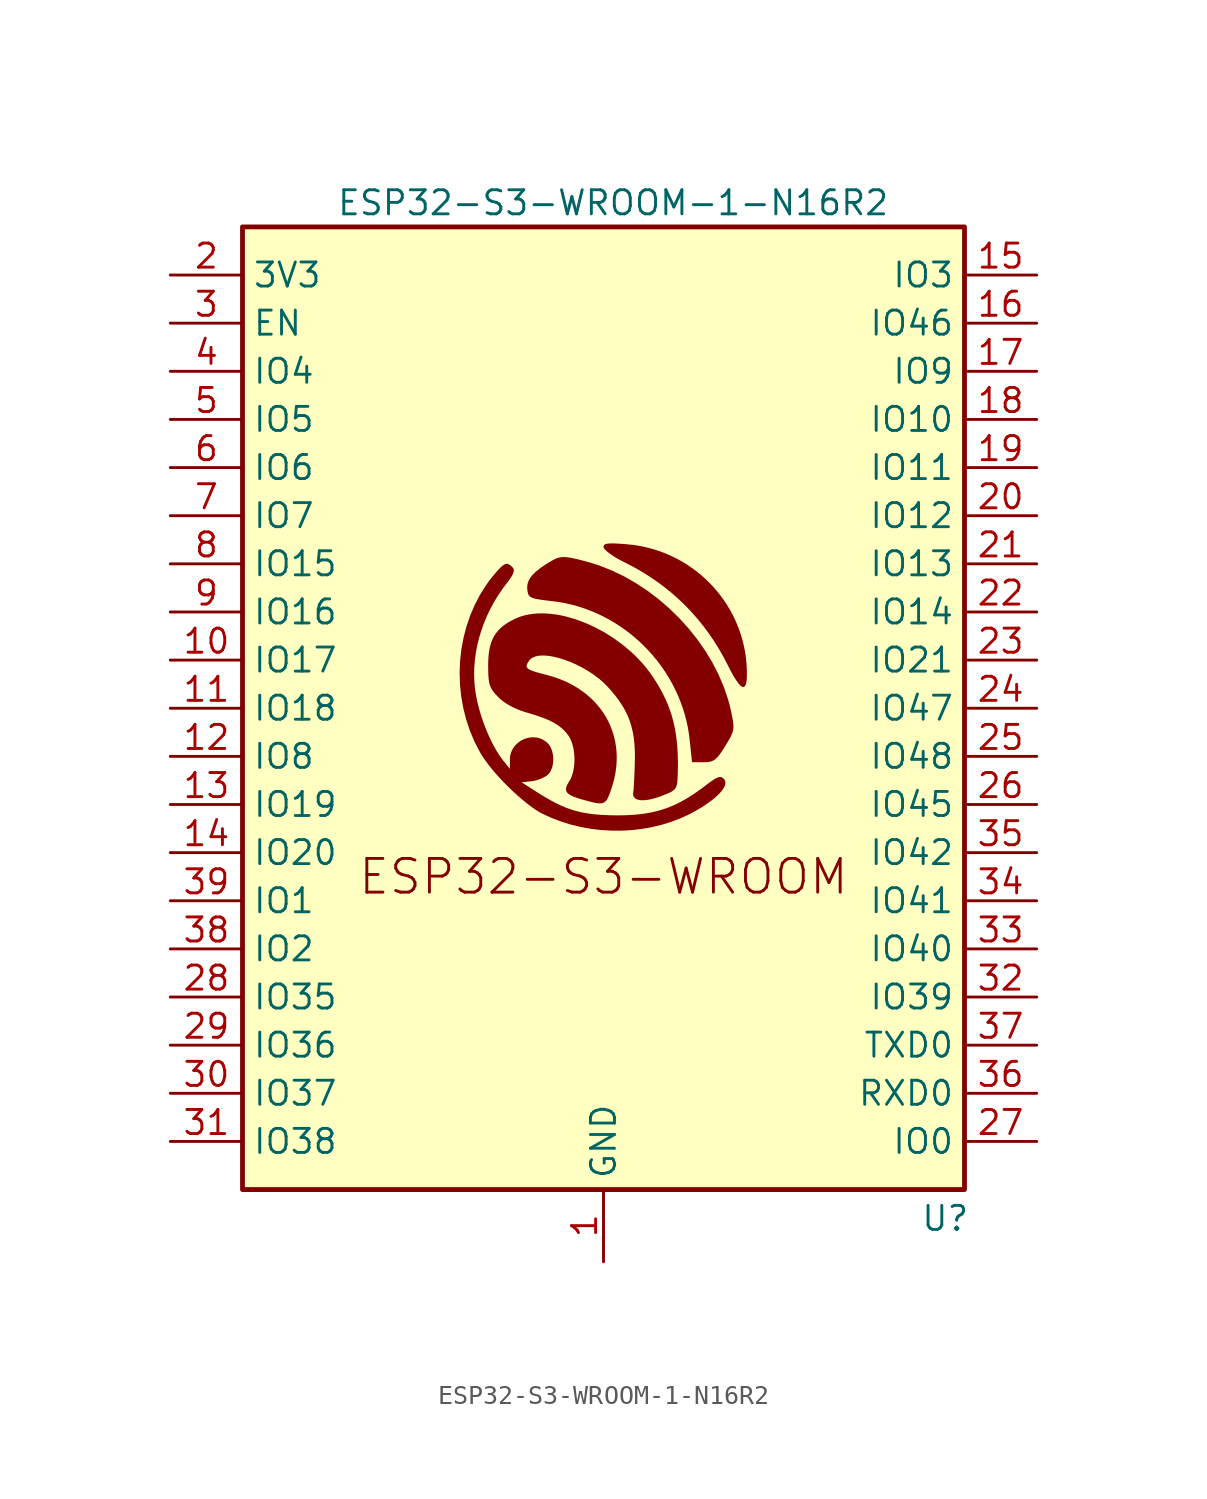
<source format=kicad_sym>
(kicad_symbol_lib
  (version 20231120)
  (generator "kicad_symbol_editor")
  (generator_version "8.0")
  (symbol "ESP32-S3-WROOM-1-N16R2"
    (property "Reference" "U"
      (at 18.034 -26.924 0)
      (effects (font (size 1.27 1.27))))
    (property "Value" "ESP32-S3-WROOM-1-N16R2"
      (at 0.508 26.67 0)
      (effects (font (size 1.27 1.27))))
    (symbol "ESP32-S3-WROOM-1-N16R2_0_0"
      (pin bidirectional line (at 22.86 15.24 180) (length 3.81) (name "IO10" (effects (font (size 1.27 1.27)))) (number "18" (effects (font (size 1.27 1.27)))))
      (pin bidirectional line (at 22.86 12.7 180) (length 3.81) (name "IO11" (effects (font (size 1.27 1.27)))) (number "19" (effects (font (size 1.27 1.27)))))
      (pin bidirectional line (at 22.86 10.16 180) (length 3.81) (name "IO12" (effects (font (size 1.27 1.27)))) (number "20" (effects (font (size 1.27 1.27)))))
      (pin bidirectional line (at 22.86 7.62 180) (length 3.81) (name "IO13" (effects (font (size 1.27 1.27)))) (number "21" (effects (font (size 1.27 1.27)))))
      (pin bidirectional line (at 22.86 5.08 180) (length 3.81) (name "IO14" (effects (font (size 1.27 1.27)))) (number "22" (effects (font (size 1.27 1.27)))))
      (pin bidirectional line (at 22.86 2.54 180) (length 3.81) (name "IO21" (effects (font (size 1.27 1.27)))) (number "23" (effects (font (size 1.27 1.27)))))
      (pin bidirectional line (at 22.86 0 180) (length 3.81) (name "IO47" (effects (font (size 1.27 1.27)))) (number "24" (effects (font (size 1.27 1.27)))))
      (pin bidirectional line (at 22.86 -2.54 180) (length 3.81) (name "IO48" (effects (font (size 1.27 1.27)))) (number "25" (effects (font (size 1.27 1.27)))))
      (pin bidirectional line (at 22.86 -5.08 180) (length 3.81) (name "IO45" (effects (font (size 1.27 1.27)))) (number "26" (effects (font (size 1.27 1.27)))))
      (pin bidirectional line (at 22.86 -22.86 180) (length 3.81) (name "IO0" (effects (font (size 1.27 1.27)))) (number "27" (effects (font (size 1.27 1.27)))))
      (pin bidirectional line (at -22.86 -15.24 0) (length 3.81) (name "IO35" (effects (font (size 1.27 1.27)))) (number "28" (effects (font (size 1.27 1.27)))))
      (pin bidirectional line (at -22.86 -17.78 0) (length 3.81) (name "IO36" (effects (font (size 1.27 1.27)))) (number "29" (effects (font (size 1.27 1.27)))))
      (pin bidirectional line (at -22.86 -20.32 0) (length 3.81) (name "IO37" (effects (font (size 1.27 1.27)))) (number "30" (effects (font (size 1.27 1.27)))))
      (pin bidirectional line (at -22.86 -22.86 0) (length 3.81) (name "IO38" (effects (font (size 1.27 1.27)))) (number "31" (effects (font (size 1.27 1.27)))))
      (pin bidirectional line (at 22.86 -15.24 180) (length 3.81) (name "IO39" (effects (font (size 1.27 1.27)))) (number "32" (effects (font (size 1.27 1.27)))))
      (pin bidirectional line (at 22.86 -12.7 180) (length 3.81) (name "IO40" (effects (font (size 1.27 1.27)))) (number "33" (effects (font (size 1.27 1.27)))))
      (pin bidirectional line (at 22.86 -10.16 180) (length 3.81) (name "IO41" (effects (font (size 1.27 1.27)))) (number "34" (effects (font (size 1.27 1.27)))))
      (pin bidirectional line (at 22.86 -7.62 180) (length 3.81) (name "IO42" (effects (font (size 1.27 1.27)))) (number "35" (effects (font (size 1.27 1.27))))))
    (symbol "ESP32-S3-WROOM-1-N16R2_1_0"
      (polyline (pts (xy 0.624 8.695) (xy 0.904 8.68) (xy 1.251 8.652) (xy 1.565 8.619) (xy 1.874 8.572) (xy 2.179 8.511) (xy 2.479 8.437) (xy 2.773 8.35) (xy 3.062 8.251) (xy 3.345 8.139) (xy 3.622 8.015) (xy 3.892 7.88) (xy 4.155 7.734) (xy 4.411 7.577) (xy 4.659 7.409) (xy 4.899 7.231) (xy 5.132 7.044) (xy 5.356 6.846) (xy 5.571 6.639) (xy 5.776 6.424) (xy 5.973 6.199) (xy 6.159 5.967) (xy 6.336 5.726) (xy 6.502 5.478) (xy 6.657 5.223) (xy 6.801 4.96) (xy 6.934 4.691) (xy 7.055 4.416) (xy 7.164 4.134) (xy 7.261 3.847) (xy 7.345 3.555) (xy 7.416 3.257) (xy 7.474 2.955) (xy 7.518 2.648) (xy 7.548 2.338) (xy 7.563 2.058) (xy 7.568 1.815) (xy 7.563 1.609) (xy 7.557 1.519) (xy 7.548 1.438) (xy 7.537 1.367) (xy 7.523 1.304) (xy 7.507 1.251) (xy 7.488 1.207) (xy 7.466 1.171) (xy 7.443 1.145) (xy 7.416 1.129) (xy 7.387 1.121) (xy 7.356 1.122) (xy 7.322 1.132) (xy 7.285 1.152) (xy 7.246 1.18) (xy 7.205 1.218) (xy 7.161 1.264) (xy 7.114 1.32) (xy 7.065 1.385) (xy 6.958 1.542) (xy 6.842 1.736) (xy 6.715 1.966) (xy 6.578 2.232) (xy 6.346 2.681) (xy 6.099 3.116) (xy 5.837 3.538) (xy 5.56 3.945) (xy 5.269 4.337) (xy 4.963 4.715) (xy 4.642 5.079) (xy 4.307 5.429) (xy 3.958 5.764) (xy 3.594 6.085) (xy 3.215 6.391) (xy 2.823 6.682) (xy 2.416 6.958) (xy 1.995 7.221) (xy 1.56 7.468) (xy 1.11 7.7) (xy 0.996 7.757) (xy 0.885 7.815) (xy 0.778 7.874) (xy 0.676 7.933) (xy 0.579 7.993) (xy 0.487 8.051) (xy 0.402 8.109) (xy 0.323 8.165) (xy 0.251 8.22) (xy 0.188 8.272) (xy 0.132 8.321) (xy 0.086 8.367) (xy 0.066 8.389) (xy 0.049 8.41) (xy 0.034 8.43) (xy 0.021 8.448) (xy 0.012 8.466) (xy 0.005 8.482) (xy 0.0003 8.498) (xy -0.001 8.511) (xy 0.002 8.546) (xy 0.011 8.577) (xy 0.027 8.604) (xy 0.051 8.628) (xy 0.083 8.648) (xy 0.125 8.665) (xy 0.178 8.678) (xy 0.241 8.688) (xy 0.317 8.694) (xy 0.405 8.698) (xy 0.507 8.698) (xy 0.624 8.695)) (stroke (width -0.0001) (type solid)) (fill (type outline)))
      (polyline (pts (xy -1.973 7.973) (xy -1.861 7.96) (xy -1.737 7.941) (xy -1.599 7.914) (xy -1.447 7.881) (xy -1.278 7.84) (xy -0.883 7.735) (xy -0.547 7.639) (xy -0.213 7.529) (xy 0.447 7.268) (xy 1.093 6.956) (xy 1.721 6.597) (xy 2.329 6.194) (xy 2.914 5.75) (xy 3.471 5.269) (xy 3.998 4.754) (xy 4.492 4.209) (xy 4.949 3.636) (xy 5.366 3.039) (xy 5.74 2.422) (xy 6.067 1.788) (xy 6.344 1.14) (xy 6.569 0.481) (xy 6.66 0.149) (xy 6.737 -0.185) (xy 6.8 -0.497) (xy 6.824 -0.628) (xy 6.841 -0.746) (xy 6.852 -0.853) (xy 6.857 -0.952) (xy 6.856 -0.999) (xy 6.854 -1.044) (xy 6.849 -1.089) (xy 6.843 -1.133) (xy 6.834 -1.176) (xy 6.824 -1.22) (xy 6.811 -1.264) (xy 6.796 -1.309) (xy 6.759 -1.401) (xy 6.712 -1.499) (xy 6.655 -1.606) (xy 6.588 -1.724) (xy 6.419 -2.001) (xy 6.337 -2.133) (xy 6.261 -2.251) (xy 6.19 -2.355) (xy 6.124 -2.446) (xy 6.061 -2.526) (xy 6.03 -2.562) (xy 6 -2.595) (xy 5.97 -2.625) (xy 5.941 -2.653) (xy 5.911 -2.679) (xy 5.881 -2.703) (xy 5.851 -2.724) (xy 5.821 -2.743) (xy 5.791 -2.76) (xy 5.759 -2.776) (xy 5.727 -2.789) (xy 5.694 -2.801) (xy 5.661 -2.811) (xy 5.626 -2.82) (xy 5.59 -2.827) (xy 5.552 -2.833) (xy 5.472 -2.842) (xy 5.385 -2.847) (xy 5.29 -2.848) (xy 4.673 -2.848) (xy 4.55 -1.702) (xy 4.507 -1.349) (xy 4.448 -1.001) (xy 4.374 -0.657) (xy 4.285 -0.318) (xy 4.181 0.016) (xy 4.063 0.344) (xy 3.931 0.667) (xy 3.786 0.983) (xy 3.627 1.293) (xy 3.456 1.595) (xy 3.273 1.89) (xy 3.077 2.178) (xy 2.87 2.457) (xy 2.652 2.727) (xy 2.423 2.988) (xy 2.184 3.24) (xy 1.935 3.481) (xy 1.676 3.713) (xy 1.408 3.934) (xy 1.131 4.144) (xy 0.846 4.342) (xy 0.552 4.528) (xy 0.252 4.703) (xy -0.057 4.864) (xy -0.371 5.013) (xy -0.693 5.148) (xy -1.02 5.269) (xy -1.354 5.376) (xy -1.692 5.468) (xy -2.035 5.546) (xy -2.383 5.608) (xy -2.735 5.654) (xy -2.944 5.679) (xy -3.128 5.702) (xy -3.288 5.724) (xy -3.428 5.746) (xy -3.49 5.757) (xy -3.547 5.768) (xy -3.6 5.779) (xy -3.648 5.791) (xy -3.692 5.804) (xy -3.733 5.817) (xy -3.769 5.831) (xy -3.802 5.846) (xy -3.832 5.862) (xy -3.859 5.878) (xy -3.883 5.896) (xy -3.904 5.916) (xy -3.922 5.937) (xy -3.939 5.959) (xy -3.953 5.983) (xy -3.966 6.009) (xy -3.976 6.036) (xy -3.986 6.066) (xy -3.994 6.097) (xy -4.001 6.131) (xy -4.013 6.205) (xy -4.023 6.289) (xy -4.028 6.381) (xy -4.023 6.471) (xy -4.008 6.561) (xy -3.983 6.649) (xy -3.947 6.738) (xy -3.9 6.826) (xy -3.842 6.914) (xy -3.771 7.003) (xy -3.689 7.093) (xy -3.595 7.184) (xy -3.488 7.276) (xy -3.368 7.37) (xy -3.235 7.466) (xy -3.088 7.565) (xy -2.928 7.666) (xy -2.753 7.771) (xy -2.666 7.82) (xy -2.583 7.863) (xy -2.503 7.899) (xy -2.423 7.929) (xy -2.343 7.951) (xy -2.259 7.967) (xy -2.171 7.976) (xy -2.076 7.978) (xy -1.973 7.973)) (stroke (width -0.0001) (type solid)) (fill (type outline)))
      (polyline (pts (xy -5.08 7.62) (xy -5.056 7.616) (xy -5.032 7.609) (xy -5.008 7.6) (xy -4.984 7.588) (xy -4.96 7.573) (xy -4.935 7.556) (xy -4.909 7.537) (xy -4.883 7.515) (xy -4.856 7.49) (xy -4.799 7.435) (xy -4.775 7.408) (xy -4.756 7.379) (xy -4.749 7.363) (xy -4.742 7.347) (xy -4.738 7.331) (xy -4.734 7.313) (xy -4.732 7.295) (xy -4.731 7.277) (xy -4.734 7.237) (xy -4.743 7.193) (xy -4.757 7.147) (xy -4.777 7.096) (xy -4.804 7.041) (xy -4.837 6.981) (xy -4.876 6.917) (xy -4.921 6.848) (xy -4.974 6.773) (xy -5.033 6.693) (xy -5.099 6.606) (xy -5.348 6.273) (xy -5.579 5.93) (xy -5.791 5.577) (xy -5.985 5.216) (xy -6.159 4.848) (xy -6.314 4.473) (xy -6.45 4.094) (xy -6.565 3.711) (xy -6.66 3.326) (xy -6.734 2.938) (xy -6.786 2.551) (xy -6.818 2.164) (xy -6.827 1.779) (xy -6.815 1.396) (xy -6.779 1.018) (xy -6.722 0.644) (xy -6.675 0.414) (xy -6.62 0.18) (xy -6.558 -0.055) (xy -6.488 -0.292) (xy -6.413 -0.528) (xy -6.332 -0.763) (xy -6.245 -0.995) (xy -6.153 -1.223) (xy -6.056 -1.446) (xy -5.956 -1.663) (xy -5.852 -1.871) (xy -5.744 -2.072) (xy -5.634 -2.262) (xy -5.522 -2.441) (xy -5.408 -2.607) (xy -5.293 -2.76) (xy -4.94 -3.201) (xy -4.94 -2.707) (xy -4.936 -2.616) (xy -4.926 -2.527) (xy -4.909 -2.441) (xy -4.885 -2.358) (xy -4.855 -2.278) (xy -4.82 -2.201) (xy -4.779 -2.128) (xy -4.733 -2.058) (xy -4.683 -1.992) (xy -4.628 -1.93) (xy -4.568 -1.871) (xy -4.506 -1.817) (xy -4.439 -1.767) (xy -4.37 -1.722) (xy -4.298 -1.681) (xy -4.223 -1.644) (xy -4.147 -1.613) (xy -4.068 -1.586) (xy -3.988 -1.565) (xy -3.907 -1.549) (xy -3.825 -1.538) (xy -3.743 -1.534) (xy -3.661 -1.534) (xy -3.578 -1.541) (xy -3.496 -1.554) (xy -3.415 -1.573) (xy -3.335 -1.598) (xy -3.257 -1.63) (xy -3.18 -1.668) (xy -3.106 -1.714) (xy -3.034 -1.766) (xy -2.965 -1.825) (xy -2.928 -1.861) (xy -2.893 -1.901) (xy -2.861 -1.944) (xy -2.831 -1.989) (xy -2.803 -2.037) (xy -2.777 -2.087) (xy -2.754 -2.139) (xy -2.733 -2.194) (xy -2.715 -2.25) (xy -2.699 -2.307) (xy -2.674 -2.426) (xy -2.658 -2.548) (xy -2.651 -2.672) (xy -2.655 -2.795) (xy -2.667 -2.917) (xy -2.689 -3.036) (xy -2.704 -3.094) (xy -2.721 -3.15) (xy -2.741 -3.204) (xy -2.763 -3.256) (xy -2.788 -3.307) (xy -2.814 -3.354) (xy -2.844 -3.4) (xy -2.876 -3.442) (xy -2.91 -3.482) (xy -2.947 -3.518) (xy -2.982 -3.545) (xy -3.022 -3.572) (xy -3.065 -3.599) (xy -3.111 -3.625) (xy -3.161 -3.651) (xy -3.213 -3.677) (xy -3.268 -3.702) (xy -3.324 -3.726) (xy -3.382 -3.748) (xy -3.44 -3.769) (xy -3.5 -3.789) (xy -3.559 -3.806) (xy -3.619 -3.822) (xy -3.678 -3.835) (xy -3.736 -3.845) (xy -3.793 -3.853) (xy -4.323 -3.906) (xy -3.441 -4.471) (xy -3.17 -4.638) (xy -2.913 -4.789) (xy -2.667 -4.926) (xy -2.428 -5.047) (xy -2.196 -5.156) (xy -1.966 -5.251) (xy -1.738 -5.334) (xy -1.507 -5.406) (xy -1.272 -5.467) (xy -1.03 -5.518) (xy -0.779 -5.559) (xy -0.516 -5.592) (xy -0.239 -5.617) (xy 0.055 -5.635) (xy 0.369 -5.647) (xy 0.704 -5.653) (xy 1.062 -5.648) (xy 1.401 -5.635) (xy 1.724 -5.611) (xy 2.033 -5.578) (xy 2.329 -5.533) (xy 2.613 -5.478) (xy 2.889 -5.41) (xy 3.156 -5.331) (xy 3.418 -5.238) (xy 3.676 -5.133) (xy 3.932 -5.013) (xy 4.187 -4.879) (xy 4.443 -4.73) (xy 4.703 -4.566) (xy 4.967 -4.385) (xy 5.238 -4.189) (xy 5.376 -4.082) (xy 5.501 -3.988) (xy 5.613 -3.906) (xy 5.714 -3.834) (xy 5.761 -3.803) (xy 5.804 -3.774) (xy 5.846 -3.748) (xy 5.885 -3.725) (xy 5.922 -3.704) (xy 5.956 -3.686) (xy 5.989 -3.671) (xy 6.02 -3.657) (xy 6.05 -3.647) (xy 6.077 -3.638) (xy 6.104 -3.632) (xy 6.129 -3.628) (xy 6.152 -3.627) (xy 6.175 -3.627) (xy 6.197 -3.63) (xy 6.217 -3.635) (xy 6.237 -3.643) (xy 6.257 -3.652) (xy 6.276 -3.663) (xy 6.294 -3.676) (xy 6.312 -3.691) (xy 6.33 -3.708) (xy 6.348 -3.727) (xy 6.367 -3.748) (xy 6.389 -3.778) (xy 6.407 -3.811) (xy 6.42 -3.845) (xy 6.428 -3.881) (xy 6.432 -3.919) (xy 6.431 -3.958) (xy 6.426 -3.998) (xy 6.417 -4.041) (xy 6.403 -4.084) (xy 6.384 -4.129) (xy 6.335 -4.223) (xy 6.269 -4.322) (xy 6.186 -4.425) (xy 6.087 -4.532) (xy 5.972 -4.642) (xy 5.842 -4.755) (xy 5.697 -4.871) (xy 5.537 -4.989) (xy 5.363 -5.109) (xy 5.175 -5.231) (xy 4.973 -5.353) (xy 4.516 -5.602) (xy 4.04 -5.819) (xy 3.546 -6.005) (xy 3.038 -6.16) (xy 2.519 -6.282) (xy 1.99 -6.374) (xy 1.454 -6.434) (xy 0.914 -6.462) (xy 0.372 -6.458) (xy -0.17 -6.423) (xy -0.708 -6.357) (xy -1.24 -6.258) (xy -1.765 -6.128) (xy -2.279 -5.966) (xy -2.779 -5.772) (xy -3.264 -5.547) (xy -3.454 -5.438) (xy -3.658 -5.305) (xy -3.873 -5.151) (xy -4.096 -4.978) (xy -4.326 -4.789) (xy -4.559 -4.585) (xy -4.794 -4.37) (xy -5.026 -4.147) (xy -5.254 -3.917) (xy -5.475 -3.683) (xy -5.687 -3.447) (xy -5.886 -3.213) (xy -6.071 -2.982) (xy -6.238 -2.757) (xy -6.385 -2.541) (xy -6.51 -2.337) (xy -6.801 -1.777) (xy -7.046 -1.198) (xy -7.245 -0.603) (xy -7.399 0.004) (xy -7.508 0.621) (xy -7.573 1.242) (xy -7.593 1.866) (xy -7.568 2.488) (xy -7.5 3.105) (xy -7.388 3.713) (xy -7.234 4.31) (xy -7.036 4.891) (xy -6.795 5.454) (xy -6.513 5.994) (xy -6.188 6.509) (xy -6.01 6.756) (xy -5.822 6.994) (xy -5.715 7.119) (xy -5.619 7.229) (xy -5.532 7.324) (xy -5.492 7.367) (xy -5.454 7.406) (xy -5.418 7.441) (xy -5.383 7.473) (xy -5.35 7.502) (xy -5.318 7.528) (xy -5.288 7.55) (xy -5.259 7.569) (xy -5.231 7.585) (xy -5.205 7.598) (xy -5.178 7.609) (xy -5.153 7.616) (xy -5.128 7.62) (xy -5.104 7.621) (xy -5.08 7.62)) (stroke (width -0.0001) (type solid)) (fill (type outline)))
      (polyline (pts (xy -2.994 4.998) (xy -2.748 4.978) (xy -2.498 4.945) (xy -2.245 4.9) (xy -1.989 4.843) (xy -1.474 4.695) (xy -0.956 4.503) (xy -0.442 4.269) (xy 0.064 3.996) (xy 0.555 3.685) (xy 1.026 3.339) (xy 1.473 2.961) (xy 1.685 2.76) (xy 1.889 2.551) (xy 2.084 2.336) (xy 2.27 2.114) (xy 2.445 1.885) (xy 2.609 1.65) (xy 2.797 1.36) (xy 2.968 1.072) (xy 3.124 0.785) (xy 3.265 0.496) (xy 3.391 0.205) (xy 3.503 -0.09) (xy 3.601 -0.391) (xy 3.685 -0.698) (xy 3.757 -1.014) (xy 3.815 -1.341) (xy 3.861 -1.678) (xy 3.894 -2.029) (xy 3.916 -2.393) (xy 3.927 -2.774) (xy 3.926 -3.172) (xy 3.915 -3.589) (xy 3.908 -3.711) (xy 3.9 -3.819) (xy 3.89 -3.915) (xy 3.877 -3.999) (xy 3.869 -4.038) (xy 3.86 -4.074) (xy 3.85 -4.108) (xy 3.838 -4.141) (xy 3.824 -4.171) (xy 3.809 -4.2) (xy 3.792 -4.227) (xy 3.774 -4.253) (xy 3.753 -4.277) (xy 3.73 -4.301) (xy 3.704 -4.324) (xy 3.676 -4.346) (xy 3.646 -4.367) (xy 3.613 -4.388) (xy 3.538 -4.43) (xy 3.45 -4.472) (xy 3.349 -4.515) (xy 3.234 -4.561) (xy 3.103 -4.612) (xy 3.012 -4.647) (xy 2.922 -4.679) (xy 2.835 -4.709) (xy 2.75 -4.735) (xy 2.667 -4.759) (xy 2.587 -4.781) (xy 2.51 -4.799) (xy 2.434 -4.815) (xy 2.362 -4.828) (xy 2.292 -4.839) (xy 2.225 -4.847) (xy 2.16 -4.852) (xy 2.099 -4.855) (xy 2.04 -4.855) (xy 1.985 -4.853) (xy 1.933 -4.848) (xy 1.883 -4.84) (xy 1.837 -4.83) (xy 1.794 -4.818) (xy 1.755 -4.803) (xy 1.719 -4.786) (xy 1.687 -4.766) (xy 1.658 -4.743) (xy 1.632 -4.719) (xy 1.611 -4.691) (xy 1.593 -4.662) (xy 1.579 -4.63) (xy 1.569 -4.596) (xy 1.563 -4.559) (xy 1.561 -4.52) (xy 1.563 -4.479) (xy 1.569 -4.436) (xy 1.582 -4.336) (xy 1.595 -4.187) (xy 1.619 -3.772) (xy 1.641 -3.247) (xy 1.657 -2.672) (xy 1.656 -2.372) (xy 1.645 -2.087) (xy 1.626 -1.816) (xy 1.595 -1.556) (xy 1.555 -1.308) (xy 1.503 -1.069) (xy 1.439 -0.838) (xy 1.364 -0.615) (xy 1.275 -0.396) (xy 1.174 -0.182) (xy 1.059 0.029) (xy 0.93 0.238) (xy 0.787 0.447) (xy 0.628 0.657) (xy 0.454 0.869) (xy 0.263 1.085) (xy 0.149 1.208) (xy 0.027 1.328) (xy -0.102 1.444) (xy -0.236 1.557) (xy -0.52 1.772) (xy -0.822 1.971) (xy -1.134 2.152) (xy -1.454 2.313) (xy -1.775 2.454) (xy -2.094 2.571) (xy -2.404 2.665) (xy -2.701 2.732) (xy -2.843 2.756) (xy -2.98 2.772) (xy -3.111 2.781) (xy -3.236 2.782) (xy -3.355 2.776) (xy -3.465 2.761) (xy -3.567 2.739) (xy -3.661 2.708) (xy -3.745 2.668) (xy -3.819 2.62) (xy -3.882 2.563) (xy -3.935 2.497) (xy -3.98 2.427) (xy -4.016 2.365) (xy -4.041 2.308) (xy -4.05 2.282) (xy -4.055 2.256) (xy -4.058 2.232) (xy -4.057 2.209) (xy -4.052 2.187) (xy -4.044 2.165) (xy -4.033 2.144) (xy -4.017 2.124) (xy -3.998 2.104) (xy -3.974 2.084) (xy -3.914 2.046) (xy -3.836 2.007) (xy -3.739 1.969) (xy -3.622 1.929) (xy -3.483 1.886) (xy -3.323 1.841) (xy -2.929 1.738) (xy -2.667 1.663) (xy -2.413 1.579) (xy -2.168 1.484) (xy -1.932 1.38) (xy -1.705 1.266) (xy -1.487 1.144) (xy -1.278 1.013) (xy -1.079 0.873) (xy -0.889 0.726) (xy -0.709 0.571) (xy -0.539 0.408) (xy -0.379 0.238) (xy -0.23 0.061) (xy -0.09 -0.123) (xy 0.038 -0.313) (xy 0.155 -0.509) (xy 0.262 -0.71) (xy 0.357 -0.917) (xy 0.441 -1.13) (xy 0.514 -1.347) (xy 0.574 -1.569) (xy 0.623 -1.794) (xy 0.66 -2.024) (xy 0.685 -2.258) (xy 0.697 -2.495) (xy 0.697 -2.735) (xy 0.684 -2.978) (xy 0.658 -3.223) (xy 0.619 -3.471) (xy 0.567 -3.72) (xy 0.501 -3.971) (xy 0.422 -4.224) (xy 0.369 -4.382) (xy 0.319 -4.521) (xy 0.271 -4.641) (xy 0.224 -4.742) (xy 0.2 -4.787) (xy 0.176 -4.827) (xy 0.15 -4.863) (xy 0.124 -4.895) (xy 0.096 -4.923) (xy 0.067 -4.947) (xy 0.036 -4.968) (xy 0.003 -4.985) (xy -0.032 -4.998) (xy -0.069 -5.008) (xy -0.109 -5.015) (xy -0.152 -5.019) (xy -0.198 -5.02) (xy -0.247 -5.018) (xy -0.3 -5.013) (xy -0.357 -5.005) (xy -0.482 -4.982) (xy -0.625 -4.95) (xy -0.787 -4.908) (xy -0.971 -4.859) (xy -1.156 -4.807) (xy -1.32 -4.757) (xy -1.465 -4.708) (xy -1.53 -4.684) (xy -1.59 -4.66) (xy -1.645 -4.636) (xy -1.696 -4.611) (xy -1.743 -4.587) (xy -1.785 -4.562) (xy -1.823 -4.537) (xy -1.856 -4.511) (xy -1.885 -4.485) (xy -1.911 -4.458) (xy -1.932 -4.43) (xy -1.949 -4.402) (xy -1.962 -4.372) (xy -1.972 -4.342) (xy -1.978 -4.31) (xy -1.98 -4.278) (xy -1.978 -4.244) (xy -1.973 -4.209) (xy -1.965 -4.173) (xy -1.953 -4.135) (xy -1.938 -4.095) (xy -1.921 -4.054) (xy -1.899 -4.011) (xy -1.875 -3.966) (xy -1.848 -3.92) (xy -1.818 -3.871) (xy -1.781 -3.813) (xy -1.747 -3.751) (xy -1.686 -3.617) (xy -1.636 -3.47) (xy -1.595 -3.314) (xy -1.565 -3.15) (xy -1.545 -2.981) (xy -1.534 -2.807) (xy -1.534 -2.632) (xy -1.542 -2.457) (xy -1.561 -2.285) (xy -1.589 -2.117) (xy -1.627 -1.956) (xy -1.674 -1.804) (xy -1.73 -1.662) (xy -1.796 -1.533) (xy -1.832 -1.474) (xy -1.871 -1.419) (xy -1.948 -1.32) (xy -2.029 -1.226) (xy -2.115 -1.137) (xy -2.205 -1.053) (xy -2.303 -0.974) (xy -2.407 -0.897) (xy -2.52 -0.824) (xy -2.643 -0.753) (xy -2.775 -0.685) (xy -2.919 -0.618) (xy -3.075 -0.552) (xy -3.245 -0.487) (xy -3.429 -0.421) (xy -3.628 -0.355) (xy -4.076 -0.22) (xy -4.188 -0.185) (xy -4.299 -0.148) (xy -4.408 -0.108) (xy -4.516 -0.066) (xy -4.622 -0.021) (xy -4.725 0.027) (xy -4.826 0.077) (xy -4.925 0.129) (xy -5.02 0.182) (xy -5.112 0.238) (xy -5.2 0.296) (xy -5.284 0.356) (xy -5.364 0.417) (xy -5.439 0.479) (xy -5.51 0.544) (xy -5.575 0.609) (xy -5.656 0.695) (xy -5.729 0.776) (xy -5.793 0.853) (xy -5.848 0.928) (xy -5.897 1.002) (xy -5.938 1.078) (xy -5.973 1.157) (xy -6.003 1.24) (xy -6.027 1.329) (xy -6.046 1.426) (xy -6.06 1.533) (xy -6.071 1.651) (xy -6.079 1.782) (xy -6.083 1.927) (xy -6.087 2.267) (xy -6.082 2.504) (xy -6.069 2.725) (xy -6.06 2.831) (xy -6.048 2.933) (xy -6.033 3.031) (xy -6.016 3.126) (xy -5.997 3.218) (xy -5.975 3.307) (xy -5.95 3.392) (xy -5.923 3.475) (xy -5.893 3.555) (xy -5.86 3.633) (xy -5.825 3.707) (xy -5.787 3.78) (xy -5.745 3.85) (xy -5.702 3.917) (xy -5.654 3.983) (xy -5.604 4.046) (xy -5.551 4.108) (xy -5.495 4.167) (xy -5.435 4.225) (xy -5.372 4.281) (xy -5.306 4.336) (xy -5.237 4.389) (xy -5.164 4.441) (xy -5.087 4.492) (xy -5.007 4.541) (xy -4.924 4.59) (xy -4.746 4.684) (xy -4.554 4.772) (xy -4.354 4.846) (xy -4.144 4.906) (xy -3.927 4.951) (xy -3.703 4.983) (xy -3.472 5.001) (xy -3.236 5.006) (xy -2.994 4.998)) (stroke (width -0.0001) (type solid)) (fill (type outline)))
      (pin power_in line (at 0 -29.21 90) (length 3.81) (name "GND" (effects (font (size 1.27 1.27)))) (number "1" (effects (font (size 1.27 1.27)))))
      (pin bidirectional line (at -22.86 2.54 0) (length 3.81) (name "IO17" (effects (font (size 1.27 1.27)))) (number "10" (effects (font (size 1.27 1.27)))))
      (pin bidirectional line (at -22.86 0 0) (length 3.81) (name "IO18" (effects (font (size 1.27 1.27)))) (number "11" (effects (font (size 1.27 1.27)))))
      (pin bidirectional line (at -22.86 -2.54 0) (length 3.81) (name "IO8" (effects (font (size 1.27 1.27)))) (number "12" (effects (font (size 1.27 1.27)))))
      (pin bidirectional line (at -22.86 -5.08 0) (length 3.81) (name "IO19" (effects (font (size 1.27 1.27)))) (number "13" (effects (font (size 1.27 1.27)))))
      (pin bidirectional line (at -22.86 -7.62 0) (length 3.81) (name "IO20" (effects (font (size 1.27 1.27)))) (number "14" (effects (font (size 1.27 1.27)))))
      (pin bidirectional line (at 22.86 22.86 180) (length 3.81) (name "IO3" (effects (font (size 1.27 1.27)))) (number "15" (effects (font (size 1.27 1.27)))))
      (pin bidirectional line (at 22.86 20.32 180) (length 3.81) (name "IO46" (effects (font (size 1.27 1.27)))) (number "16" (effects (font (size 1.27 1.27)))))
      (pin bidirectional line (at 22.86 17.78 180) (length 3.81) (name "IO9" (effects (font (size 1.27 1.27)))) (number "17" (effects (font (size 1.27 1.27)))))
      (pin power_in line (at -22.86 22.86 0) (length 3.81) (name "3V3" (effects (font (size 1.27 1.27)))) (number "2" (effects (font (size 1.27 1.27)))))
      (pin input line (at -22.86 20.32 0) (length 3.81) (name "EN" (effects (font (size 1.27 1.27)))) (number "3" (effects (font (size 1.27 1.27)))))
      (pin bidirectional line (at 22.86 -20.32 180) (length 3.81) (name "RXD0" (effects (font (size 1.27 1.27)))) (number "36" (effects (font (size 1.27 1.27)))))
      (pin bidirectional line (at 22.86 -17.78 180) (length 3.81) (name "TXD0" (effects (font (size 1.27 1.27)))) (number "37" (effects (font (size 1.27 1.27)))))
      (pin bidirectional line (at -22.86 -12.7 0) (length 3.81) (name "IO2" (effects (font (size 1.27 1.27)))) (number "38" (effects (font (size 1.27 1.27)))))
      (pin bidirectional line (at -22.86 -10.16 0) (length 3.81) (name "IO1" (effects (font (size 1.27 1.27)))) (number "39" (effects (font (size 1.27 1.27)))))
      (pin bidirectional line (at -22.86 17.78 0) (length 3.81) (name "IO4" (effects (font (size 1.27 1.27)))) (number "4" (effects (font (size 1.27 1.27)))))
      (pin power_in line (at 0 -29.21 90) (length 3.81) hide (name "GND" (effects (font (size 1.27 1.27)))) (number "40" (effects (font (size 1.27 1.27)))))
      (pin power_in line (at 0 -29.21 90) (length 3.81) hide (name "EPAD" (effects (font (size 1.27 1.27)))) (number "41" (effects (font (size 1.27 1.27)))))
      (pin power_in line (at 0 -29.21 90) (length 3.81) hide (name "GND" (effects (font (size 1.27 1.27)))) (number "42" (effects (font (size 1.27 1.27)))))
      (pin power_in line (at 0 -29.21 90) (length 3.81) hide (name "GND" (effects (font (size 1.27 1.27)))) (number "43" (effects (font (size 1.27 1.27)))))
      (pin power_in line (at 0 -29.21 90) (length 3.81) hide (name "GND" (effects (font (size 1.27 1.27)))) (number "44" (effects (font (size 1.27 1.27)))))
      (pin power_in line (at 0 -29.21 90) (length 3.81) hide (name "GND" (effects (font (size 1.27 1.27)))) (number "45" (effects (font (size 1.27 1.27)))))
      (pin power_in line (at 0 -29.21 90) (length 3.81) hide (name "GND" (effects (font (size 1.27 1.27)))) (number "46" (effects (font (size 1.27 1.27)))))
      (pin power_in line (at 0 -29.21 90) (length 3.81) hide (name "GND" (effects (font (size 1.27 1.27)))) (number "47" (effects (font (size 1.27 1.27)))))
      (pin power_in line (at 0 -29.21 90) (length 3.81) hide (name "GND" (effects (font (size 1.27 1.27)))) (number "48" (effects (font (size 1.27 1.27)))))
      (pin power_in line (at 0 -29.21 90) (length 3.81) hide (name "GND" (effects (font (size 1.27 1.27)))) (number "49" (effects (font (size 1.27 1.27)))))
      (pin bidirectional line (at -22.86 15.24 0) (length 3.81) (name "IO5" (effects (font (size 1.27 1.27)))) (number "5" (effects (font (size 1.27 1.27)))))
      (pin bidirectional line (at -22.86 12.7 0) (length 3.81) (name "IO6" (effects (font (size 1.27 1.27)))) (number "6" (effects (font (size 1.27 1.27)))))
      (pin bidirectional line (at -22.86 10.16 0) (length 3.81) (name "IO7" (effects (font (size 1.27 1.27)))) (number "7" (effects (font (size 1.27 1.27)))))
      (pin bidirectional line (at -22.86 7.62 0) (length 3.81) (name "IO15" (effects (font (size 1.27 1.27)))) (number "8" (effects (font (size 1.27 1.27)))))
      (pin bidirectional line (at -22.86 5.08 0) (length 3.81) (name "IO16" (effects (font (size 1.27 1.27)))) (number "9" (effects (font (size 1.27 1.27))))))
    (symbol "ESP32-S3-WROOM-1-N16R2_1_1"
      (rectangle (start -19.05 25.4) (end 19.05 -25.4) (stroke (width 0.254) (type default)) (fill (type background)))
      (text "ESP32-S3-WROOM" (at 0 -8.89 0) (effects (font (size 1.778 1.778)))))))
</source>
